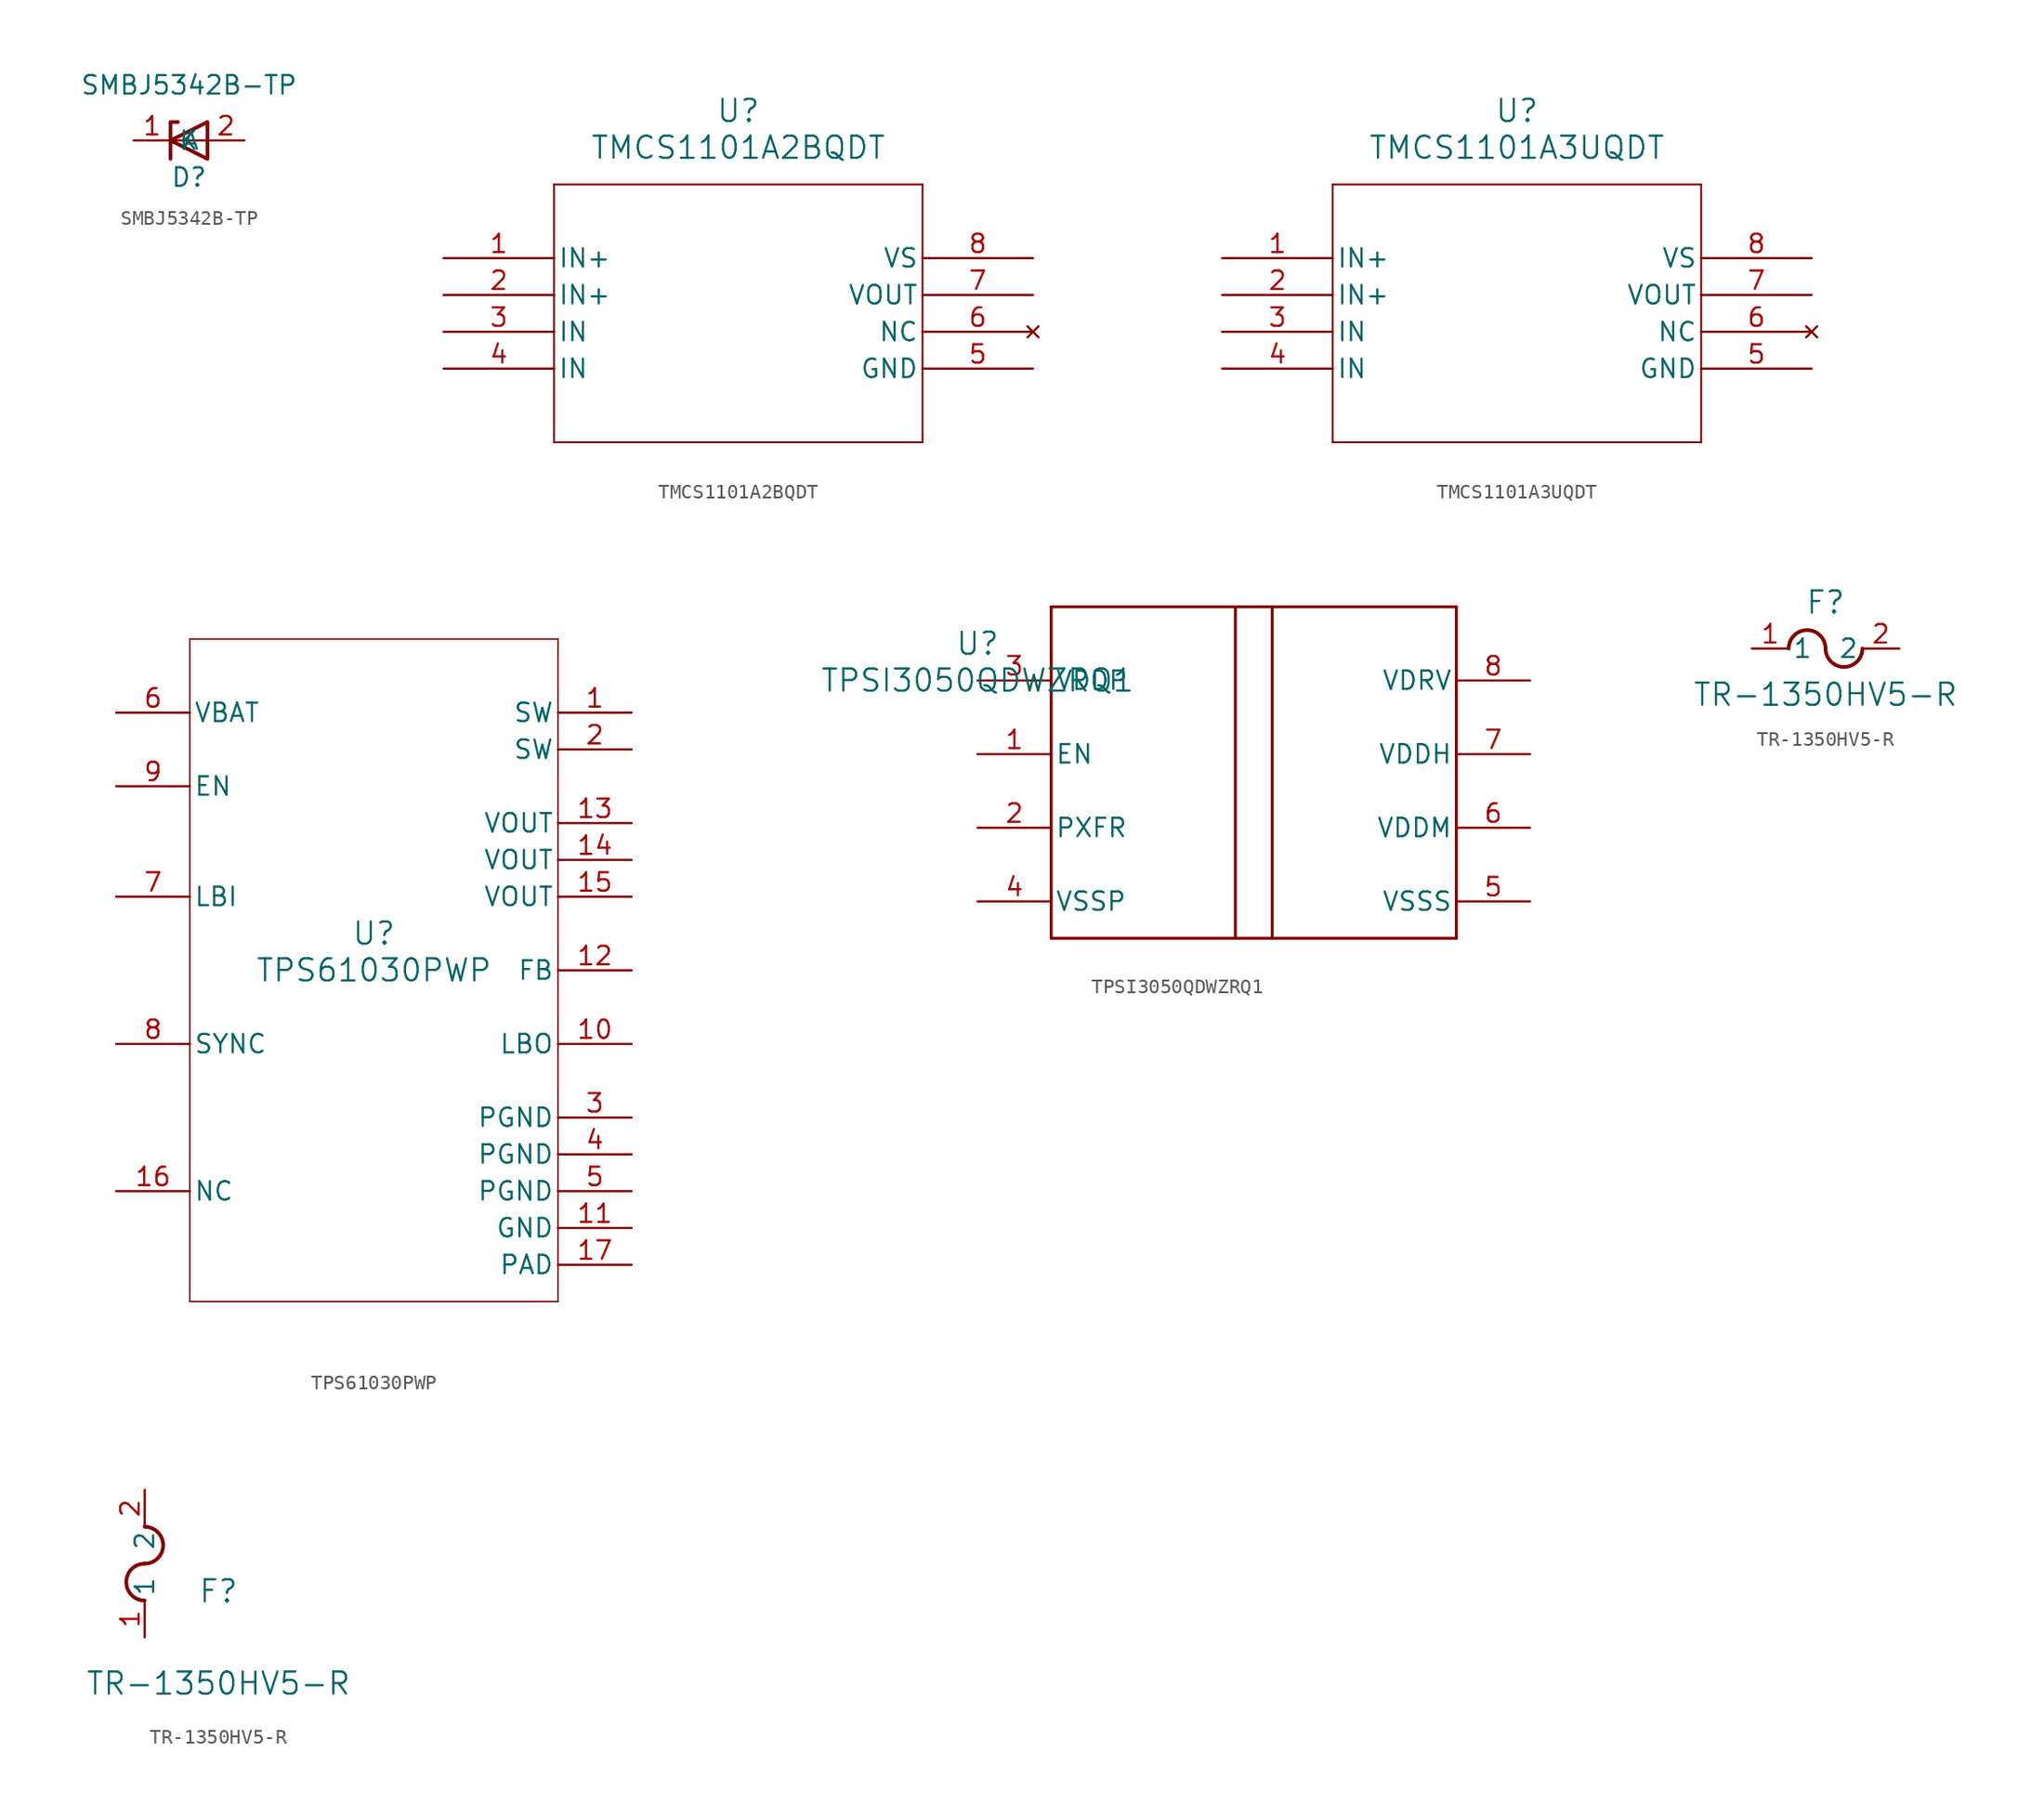
<source format=kicad_sym>
(kicad_symbol_lib
  (version 20220914)
  (generator kicad_symbol_editor)
  (symbol "SMBJ5342B-TP"
    (property "Reference" "D"
      (at 0 -2.54 0)
      (effects (font (size 1.27 1.27))))
    (property "Value" "SMBJ5342B-TP"
      (at 0 3.81 0)
      (effects (font (size 1.27 1.27))))
    (symbol "SMBJ5342B-TP_0_1"
      (polyline (pts (xy 1.27 0) (xy -1.27 0)) (stroke (width 0) (type default)) (fill (type none)))
      (polyline (pts (xy -1.27 -1.27) (xy -1.27 1.27) (xy -0.762 1.27)) (stroke (width 0.254) (type default)) (fill (type none)))
      (polyline (pts (xy 1.27 -1.27) (xy 1.27 1.27) (xy -1.27 0) (xy 1.27 -1.27)) (stroke (width 0.254) (type default)) (fill (type none))))
    (symbol "SMBJ5342B-TP_1_1"
      (pin passive line (at -3.81 0 0) (length 2.54) (name "K" (effects (font (size 1.27 1.27)))) (number "1" (effects (font (size 1.27 1.27)))))
      (pin passive line (at 3.81 0 180) (length 2.54) (name "A" (effects (font (size 1.27 1.27)))) (number "2" (effects (font (size 1.27 1.27)))))))
  (symbol "TMCS1101A2BQDT"
    (pin_names
      (offset 0.254))
    (property "Reference" "U"
      (at 0 13.97 0)
      (effects (font (size 1.524 1.524))))
    (property "Value" "TMCS1101A2BQDT"
      (at 0 11.43 0)
      (effects (font (size 1.524 1.524))))
    (symbol "TMCS1101A2BQDT_0_1"
      (polyline (pts (xy -12.7 -8.89) (xy 12.7 -8.89)) (stroke (width 0.127) (type default)) (fill (type none)))
      (polyline (pts (xy -12.7 8.89) (xy -12.7 -8.89)) (stroke (width 0.127) (type default)) (fill (type none)))
      (polyline (pts (xy 12.7 -8.89) (xy 12.7 8.89)) (stroke (width 0.127) (type default)) (fill (type none)))
      (polyline (pts (xy 12.7 8.89) (xy -12.7 8.89)) (stroke (width 0.127) (type default)) (fill (type none)))
      (pin input line (at -20.32 3.81 0) (length 7.62) (name "IN+" (effects (font (size 1.27 1.27)))) (number "1" (effects (font (size 1.27 1.27)))))
      (pin input line (at -20.32 1.27 0) (length 7.62) (name "IN+" (effects (font (size 1.27 1.27)))) (number "2" (effects (font (size 1.27 1.27)))))
      (pin input line (at -20.32 -1.27 0) (length 7.62) (name "IN" (effects (font (size 1.27 1.27)))) (number "3" (effects (font (size 1.27 1.27)))))
      (pin input line (at -20.32 -3.81 0) (length 7.62) (name "IN" (effects (font (size 1.27 1.27)))) (number "4" (effects (font (size 1.27 1.27)))))
      (pin power_out line (at 20.32 -3.81 180) (length 7.62) (name "GND" (effects (font (size 1.27 1.27)))) (number "5" (effects (font (size 1.27 1.27)))))
      (pin no_connect line (at 20.32 -1.27 180) (length 7.62) (name "NC" (effects (font (size 1.27 1.27)))) (number "6" (effects (font (size 1.27 1.27)))))
      (pin output line (at 20.32 1.27 180) (length 7.62) (name "VOUT" (effects (font (size 1.27 1.27)))) (number "7" (effects (font (size 1.27 1.27)))))
      (pin unspecified line (at 20.32 3.81 180) (length 7.62) (name "VS" (effects (font (size 1.27 1.27)))) (number "8" (effects (font (size 1.27 1.27)))))))
  (symbol "TMCS1101A3UQDT"
    (pin_names
      (offset 0.254))
    (property "Reference" "U"
      (at 0 13.97 0)
      (effects (font (size 1.524 1.524))))
    (property "Value" "TMCS1101A3UQDT"
      (at 0 11.43 0)
      (effects (font (size 1.524 1.524))))
    (symbol "TMCS1101A3UQDT_0_1"
      (polyline (pts (xy -12.7 -8.89) (xy 12.7 -8.89)) (stroke (width 0.127) (type default)) (fill (type none)))
      (polyline (pts (xy -12.7 8.89) (xy -12.7 -8.89)) (stroke (width 0.127) (type default)) (fill (type none)))
      (polyline (pts (xy 12.7 -8.89) (xy 12.7 8.89)) (stroke (width 0.127) (type default)) (fill (type none)))
      (polyline (pts (xy 12.7 8.89) (xy -12.7 8.89)) (stroke (width 0.127) (type default)) (fill (type none)))
      (pin input line (at -20.32 3.81 0) (length 7.62) (name "IN+" (effects (font (size 1.27 1.27)))) (number "1" (effects (font (size 1.27 1.27)))))
      (pin input line (at -20.32 1.27 0) (length 7.62) (name "IN+" (effects (font (size 1.27 1.27)))) (number "2" (effects (font (size 1.27 1.27)))))
      (pin input line (at -20.32 -1.27 0) (length 7.62) (name "IN" (effects (font (size 1.27 1.27)))) (number "3" (effects (font (size 1.27 1.27)))))
      (pin input line (at -20.32 -3.81 0) (length 7.62) (name "IN" (effects (font (size 1.27 1.27)))) (number "4" (effects (font (size 1.27 1.27)))))
      (pin power_out line (at 20.32 -3.81 180) (length 7.62) (name "GND" (effects (font (size 1.27 1.27)))) (number "5" (effects (font (size 1.27 1.27)))))
      (pin no_connect line (at 20.32 -1.27 180) (length 7.62) (name "NC" (effects (font (size 1.27 1.27)))) (number "6" (effects (font (size 1.27 1.27)))))
      (pin output line (at 20.32 1.27 180) (length 7.62) (name "VOUT" (effects (font (size 1.27 1.27)))) (number "7" (effects (font (size 1.27 1.27)))))
      (pin unspecified line (at 20.32 3.81 180) (length 7.62) (name "VS" (effects (font (size 1.27 1.27)))) (number "8" (effects (font (size 1.27 1.27)))))))
  (symbol "TPS61030PWP"
    (pin_names
      (offset 0.254))
    (property "Reference" "U"
      (at 0 2.54 0)
      (effects (font (size 1.524 1.524))))
    (property "Value" "TPS61030PWP"
      (at 0 0 0)
      (effects (font (size 1.524 1.524))))
    (property "ki_locked" ""
      (at 0 0 0)
      (effects (font (size 1.27 1.27))))
    (symbol "TPS61030PWP_0_1"
      (polyline (pts (xy -12.7 -22.86) (xy 12.7 -22.86)) (stroke (width 0.102) (type default)) (fill (type none)))
      (polyline (pts (xy -12.7 22.86) (xy -12.7 -22.86)) (stroke (width 0.102) (type default)) (fill (type none)))
      (polyline (pts (xy 12.7 -22.86) (xy 12.7 22.86)) (stroke (width 0.102) (type default)) (fill (type none)))
      (polyline (pts (xy 12.7 22.86) (xy -12.7 22.86)) (stroke (width 0.102) (type default)) (fill (type none)))
      (pin power_in line (at 17.78 17.78 180) (length 5.08) (name "SW" (effects (font (size 1.27 1.27)))) (number "1" (effects (font (size 1.27 1.27)))))
      (pin tri_state line (at 17.78 -5.08 180) (length 5.08) (name "LBO" (effects (font (size 1.27 1.27)))) (number "10" (effects (font (size 1.27 1.27)))))
      (pin power_in line (at 17.78 -17.78 180) (length 5.08) (name "GND" (effects (font (size 1.27 1.27)))) (number "11" (effects (font (size 1.27 1.27)))))
      (pin input line (at 17.78 0 180) (length 5.08) (name "FB" (effects (font (size 1.27 1.27)))) (number "12" (effects (font (size 1.27 1.27)))))
      (pin power_in line (at 17.78 10.16 180) (length 5.08) (name "VOUT" (effects (font (size 1.27 1.27)))) (number "13" (effects (font (size 1.27 1.27)))))
      (pin power_in line (at 17.78 7.62 180) (length 5.08) (name "VOUT" (effects (font (size 1.27 1.27)))) (number "14" (effects (font (size 1.27 1.27)))))
      (pin power_in line (at 17.78 5.08 180) (length 5.08) (name "VOUT" (effects (font (size 1.27 1.27)))) (number "15" (effects (font (size 1.27 1.27)))))
      (pin unspecified line (at -17.78 -15.24 0) (length 5.08) (name "NC" (effects (font (size 1.27 1.27)))) (number "16" (effects (font (size 1.27 1.27)))))
      (pin power_in line (at 17.78 -20.32 180) (length 5.08) (name "PAD" (effects (font (size 1.27 1.27)))) (number "17" (effects (font (size 1.27 1.27)))))
      (pin power_in line (at 17.78 15.24 180) (length 5.08) (name "SW" (effects (font (size 1.27 1.27)))) (number "2" (effects (font (size 1.27 1.27)))))
      (pin power_in line (at 17.78 -10.16 180) (length 5.08) (name "PGND" (effects (font (size 1.27 1.27)))) (number "3" (effects (font (size 1.27 1.27)))))
      (pin power_in line (at 17.78 -12.7 180) (length 5.08) (name "PGND" (effects (font (size 1.27 1.27)))) (number "4" (effects (font (size 1.27 1.27)))))
      (pin power_in line (at 17.78 -15.24 180) (length 5.08) (name "PGND" (effects (font (size 1.27 1.27)))) (number "5" (effects (font (size 1.27 1.27)))))
      (pin power_in line (at -17.78 17.78 0) (length 5.08) (name "VBAT" (effects (font (size 1.27 1.27)))) (number "6" (effects (font (size 1.27 1.27)))))
      (pin input line (at -17.78 5.08 0) (length 5.08) (name "LBI" (effects (font (size 1.27 1.27)))) (number "7" (effects (font (size 1.27 1.27)))))
      (pin input line (at -17.78 -5.08 0) (length 5.08) (name "SYNC" (effects (font (size 1.27 1.27)))) (number "8" (effects (font (size 1.27 1.27)))))
      (pin input line (at -17.78 12.7 0) (length 5.08) (name "EN" (effects (font (size 1.27 1.27)))) (number "9" (effects (font (size 1.27 1.27)))))))
  (symbol "TPSI3050QDWZRQ1"
    (pin_names
      (offset 0.254))
    (property "Reference" "U"
      (at 0 2.54 0)
      (effects (font (size 1.524 1.524))))
    (property "Value" "TPSI3050QDWZRQ1"
      (at 0 0 0)
      (effects (font (size 1.524 1.524))))
    (property "ki_locked" ""
      (at 0 0 0)
      (effects (font (size 1.27 1.27))))
    (symbol "TPSI3050QDWZRQ1_0_1"
      (polyline (pts (xy 5.08 -17.78) (xy 33.02 -17.78)) (stroke (width 0.203) (type default)) (fill (type none)))
      (polyline (pts (xy 5.08 5.08) (xy 5.08 -17.78)) (stroke (width 0.203) (type default)) (fill (type none)))
      (polyline (pts (xy 17.78 5.08) (xy 17.78 -17.78)) (stroke (width 0.203) (type default)) (fill (type none)))
      (polyline (pts (xy 20.32 5.08) (xy 20.32 -17.78)) (stroke (width 0.203) (type default)) (fill (type none)))
      (polyline (pts (xy 33.02 -17.78) (xy 33.02 5.08)) (stroke (width 0.203) (type default)) (fill (type none)))
      (polyline (pts (xy 33.02 5.08) (xy 5.08 5.08)) (stroke (width 0.203) (type default)) (fill (type none)))
      (pin input line (at 0 -5.08 0) (length 5.08) (name "EN" (effects (font (size 1.27 1.27)))) (number "1" (effects (font (size 1.27 1.27)))))
      (pin unspecified line (at 0 -10.16 0) (length 5.08) (name "PXFR" (effects (font (size 1.27 1.27)))) (number "2" (effects (font (size 1.27 1.27)))))
      (pin power_in line (at 0 0 0) (length 5.08) (name "VDDP" (effects (font (size 1.27 1.27)))) (number "3" (effects (font (size 1.27 1.27)))))
      (pin power_in line (at 0 -15.24 0) (length 5.08) (name "VSSP" (effects (font (size 1.27 1.27)))) (number "4" (effects (font (size 1.27 1.27)))))
      (pin power_in line (at 38.1 -15.24 180) (length 5.08) (name "VSSS" (effects (font (size 1.27 1.27)))) (number "5" (effects (font (size 1.27 1.27)))))
      (pin power_in line (at 38.1 -10.16 180) (length 5.08) (name "VDDM" (effects (font (size 1.27 1.27)))) (number "6" (effects (font (size 1.27 1.27)))))
      (pin power_in line (at 38.1 -5.08 180) (length 5.08) (name "VDDH" (effects (font (size 1.27 1.27)))) (number "7" (effects (font (size 1.27 1.27)))))
      (pin unspecified line (at 38.1 0 180) (length 5.08) (name "VDRV" (effects (font (size 1.27 1.27)))) (number "8" (effects (font (size 1.27 1.27)))))))
  (symbol "TR-1350HV5-R"
    (pin_names
      (offset 0.254))
    (property "Reference" "F"
      (at 5.08 3.175 0)
      (effects (font (size 1.524 1.524))))
    (property "Value" "TR-1350HV5-R"
      (at 5.08 -3.175 0)
      (effects (font (size 1.524 1.524))))
    (property "ki_locked" ""
      (at 0 0 0)
      (effects (font (size 1.27 1.27))))
    (symbol "TR-1350HV5-R_1_1"
      (arc (start 5.08 0) (mid 3.81 1.2645) (end 2.54 0) (stroke (width 0.254) (type default)) (fill (type none)))
      (arc (start 5.08 0) (mid 6.35 -1.2645) (end 7.62 0) (stroke (width 0.254) (type default)) (fill (type none)))
      (pin unspecified line (at 0 0 0) (length 2.54) (name "1" (effects (font (size 1.27 1.27)))) (number "1" (effects (font (size 1.27 1.27)))))
      (pin unspecified line (at 10.16 0 180) (length 2.54) (name "2" (effects (font (size 1.27 1.27)))) (number "2" (effects (font (size 1.27 1.27))))))
    (symbol "TR-1350HV5-R_1_2"
      (arc (start 0 5.08) (mid -1.2645 3.81) (end 0 2.54) (stroke (width 0.254) (type default)) (fill (type none)))
      (arc (start 0 5.08) (mid 1.2645 6.35) (end 0 7.62) (stroke (width 0.254) (type default)) (fill (type none)))
      (pin unspecified line (at 0 0 90) (length 2.54) (name "1" (effects (font (size 1.27 1.27)))) (number "1" (effects (font (size 1.27 1.27)))))
      (pin unspecified line (at 0 10.16 270) (length 2.54) (name "2" (effects (font (size 1.27 1.27)))) (number "2" (effects (font (size 1.27 1.27))))))))
</source>
